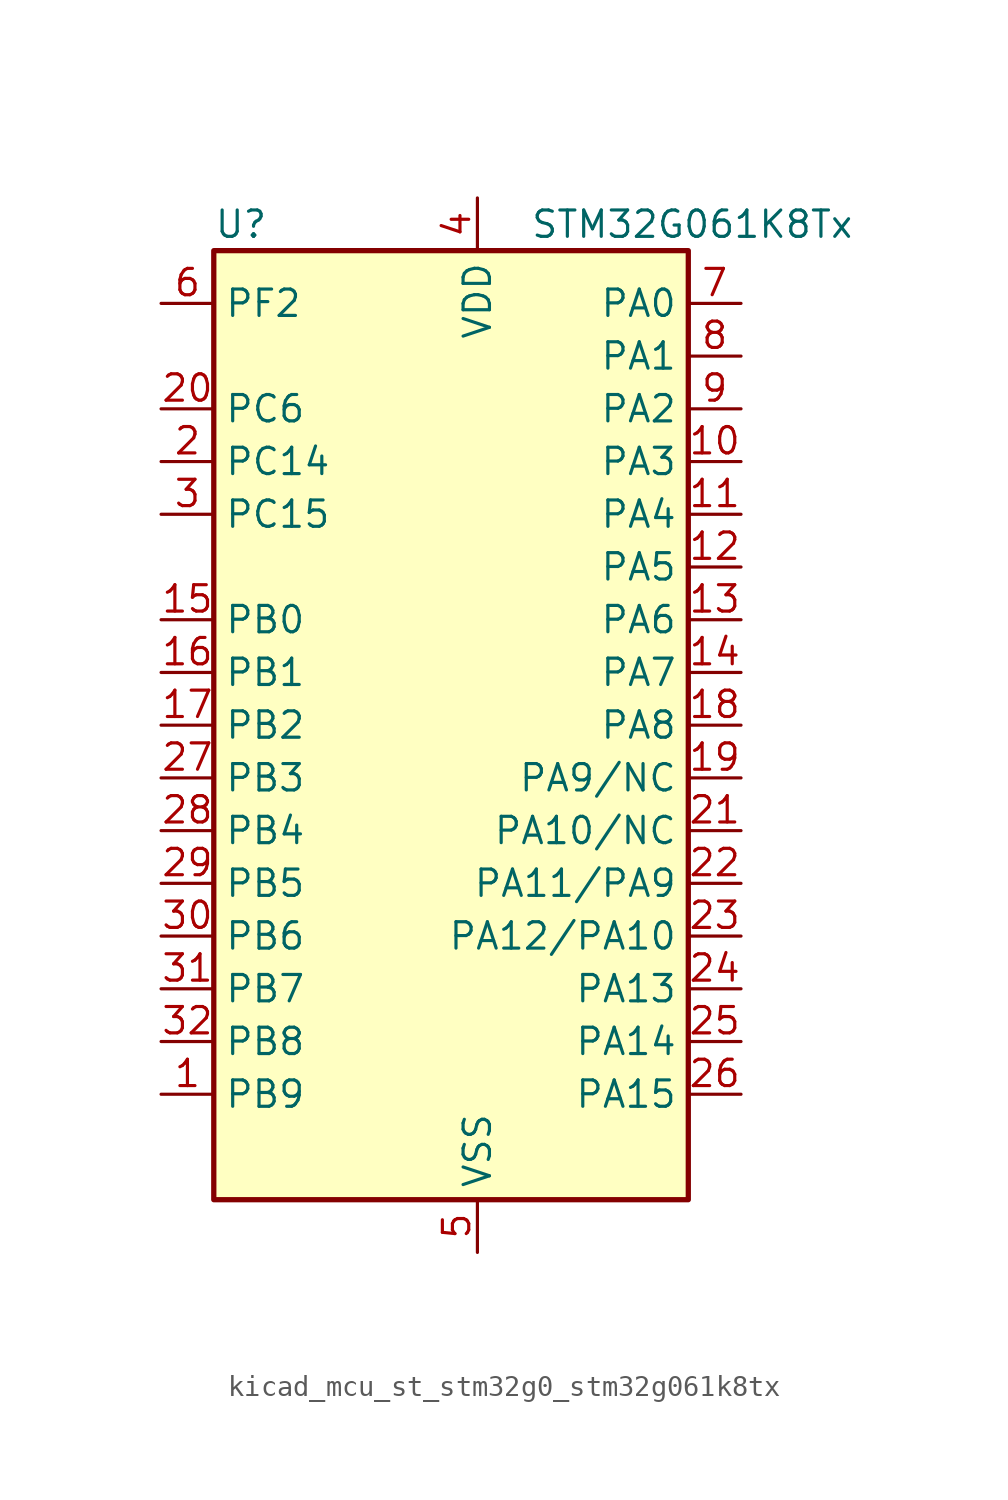
<source format=kicad_sym>
(kicad_symbol_lib
  (version 20220914)
  (generator kicad_symbol_editor)
  (symbol "kicad_mcu_st_stm32g0_stm32g061k8tx"
    (property "Reference" "U"
      (at -10.16 24.13 0)
      (effects (font (size 1.27 1.27)) (justify left)))
    (property "Value" "STM32G061K8Tx"
      (at 5.08 24.13 0)
      (effects (font (size 1.27 1.27)) (justify left)))
    (property "ki_locked" ""
      (at 0 0 0)
      (effects (font (size 1.27 1.27))))
    (symbol "kicad_mcu_st_stm32g0_stm32g061k8tx_0_1"
      (rectangle (start -10.16 -22.86) (end 12.7 22.86) (stroke (width 0.254) (type default)) (fill (type background))))
    (symbol "kicad_mcu_st_stm32g0_stm32g061k8tx_1_1"
      (pin bidirectional line (at -12.7 -17.78 0) (length 2.54) (name "PB9" (effects (font (size 1.27 1.27)))) (number "1" (effects (font (size 1.27 1.27)))) (alternate "DAC1_EXTI9" bidirectional line) (alternate "I2C1_SDA" bidirectional line) (alternate "IR_OUT" bidirectional line) (alternate "SPI2_NSS" bidirectional line) (alternate "TIM17_CH1" bidirectional line))
      (pin bidirectional line (at 15.24 12.7 180) (length 2.54) (name "PA3" (effects (font (size 1.27 1.27)))) (number "10" (effects (font (size 1.27 1.27)))) (alternate "ADC1_IN3" bidirectional line) (alternate "COMP2_INP" bidirectional line) (alternate "LPUART1_RX" bidirectional line) (alternate "SPI2_MISO" bidirectional line) (alternate "TIM15_CH2" bidirectional line) (alternate "TIM2_CH4" bidirectional line) (alternate "USART2_RX" bidirectional line))
      (pin bidirectional line (at 15.24 10.16 180) (length 2.54) (name "PA4" (effects (font (size 1.27 1.27)))) (number "11" (effects (font (size 1.27 1.27)))) (alternate "ADC1_IN4" bidirectional line) (alternate "DAC1_OUT1" bidirectional line) (alternate "I2S1_WS" bidirectional line) (alternate "LPTIM2_OUT" bidirectional line) (alternate "RTC_OUT1" bidirectional line) (alternate "RTC_TAMP_IN1" bidirectional line) (alternate "RTC_TS" bidirectional line) (alternate "SPI1_NSS" bidirectional line) (alternate "SPI2_MOSI" bidirectional line) (alternate "SYS_WKUP2" bidirectional line) (alternate "TIM14_CH1" bidirectional line))
      (pin bidirectional line (at 15.24 7.62 180) (length 2.54) (name "PA5" (effects (font (size 1.27 1.27)))) (number "12" (effects (font (size 1.27 1.27)))) (alternate "ADC1_IN5" bidirectional line) (alternate "DAC1_OUT2" bidirectional line) (alternate "I2S1_CK" bidirectional line) (alternate "LPTIM2_ETR" bidirectional line) (alternate "SPI1_SCK" bidirectional line) (alternate "TIM2_CH1" bidirectional line) (alternate "TIM2_ETR" bidirectional line))
      (pin bidirectional line (at 15.24 5.08 180) (length 2.54) (name "PA6" (effects (font (size 1.27 1.27)))) (number "13" (effects (font (size 1.27 1.27)))) (alternate "ADC1_IN6" bidirectional line) (alternate "COMP1_OUT" bidirectional line) (alternate "I2S1_MCK" bidirectional line) (alternate "LPUART1_CTS" bidirectional line) (alternate "SPI1_MISO" bidirectional line) (alternate "TIM16_CH1" bidirectional line) (alternate "TIM1_BK" bidirectional line) (alternate "TIM3_CH1" bidirectional line))
      (pin bidirectional line (at 15.24 2.54 180) (length 2.54) (name "PA7" (effects (font (size 1.27 1.27)))) (number "14" (effects (font (size 1.27 1.27)))) (alternate "ADC1_IN7" bidirectional line) (alternate "COMP2_OUT" bidirectional line) (alternate "I2S1_SD" bidirectional line) (alternate "SPI1_MOSI" bidirectional line) (alternate "TIM14_CH1" bidirectional line) (alternate "TIM17_CH1" bidirectional line) (alternate "TIM1_CH1N" bidirectional line) (alternate "TIM3_CH2" bidirectional line))
      (pin bidirectional line (at -12.7 5.08 0) (length 2.54) (name "PB0" (effects (font (size 1.27 1.27)))) (number "15" (effects (font (size 1.27 1.27)))) (alternate "ADC1_IN8" bidirectional line) (alternate "COMP1_OUT" bidirectional line) (alternate "I2S1_WS" bidirectional line) (alternate "LPTIM1_OUT" bidirectional line) (alternate "SPI1_NSS" bidirectional line) (alternate "TIM1_CH2N" bidirectional line) (alternate "TIM3_CH3" bidirectional line))
      (pin bidirectional line (at -12.7 2.54 0) (length 2.54) (name "PB1" (effects (font (size 1.27 1.27)))) (number "16" (effects (font (size 1.27 1.27)))) (alternate "ADC1_IN9" bidirectional line) (alternate "COMP1_INM" bidirectional line) (alternate "LPTIM2_IN1" bidirectional line) (alternate "LPUART1_DE" bidirectional line) (alternate "LPUART1_RTS" bidirectional line) (alternate "TIM14_CH1" bidirectional line) (alternate "TIM1_CH3N" bidirectional line) (alternate "TIM3_CH4" bidirectional line))
      (pin bidirectional line (at -12.7 0 0) (length 2.54) (name "PB2" (effects (font (size 1.27 1.27)))) (number "17" (effects (font (size 1.27 1.27)))) (alternate "ADC1_IN10" bidirectional line) (alternate "COMP1_INP" bidirectional line) (alternate "LPTIM1_OUT" bidirectional line) (alternate "SPI2_MISO" bidirectional line))
      (pin bidirectional line (at 15.24 0 180) (length 2.54) (name "PA8" (effects (font (size 1.27 1.27)))) (number "18" (effects (font (size 1.27 1.27)))) (alternate "LPTIM2_OUT" bidirectional line) (alternate "RCC_MCO" bidirectional line) (alternate "SPI2_NSS" bidirectional line) (alternate "TIM1_CH1" bidirectional line))
      (pin bidirectional line (at 15.24 -2.54 180) (length 2.54) (name "PA9/NC" (effects (font (size 1.27 1.27)))) (number "19" (effects (font (size 1.27 1.27)))) (alternate "DAC1_EXTI9" bidirectional line) (alternate "I2C1_SCL" bidirectional line) (alternate "RCC_MCO" bidirectional line) (alternate "SPI2_MISO" bidirectional line) (alternate "TIM15_BK" bidirectional line) (alternate "TIM1_CH2" bidirectional line) (alternate "USART1_TX" bidirectional line))
      (pin bidirectional line (at -12.7 12.7 0) (length 2.54) (name "PC14" (effects (font (size 1.27 1.27)))) (number "2" (effects (font (size 1.27 1.27)))) (alternate "RCC_OSC32_IN" bidirectional line) (alternate "RCC_OSC_IN" bidirectional line) (alternate "TIM1_BK2" bidirectional line))
      (pin bidirectional line (at -12.7 15.24 0) (length 2.54) (name "PC6" (effects (font (size 1.27 1.27)))) (number "20" (effects (font (size 1.27 1.27)))) (alternate "TIM2_CH3" bidirectional line) (alternate "TIM3_CH1" bidirectional line))
      (pin bidirectional line (at 15.24 -5.08 180) (length 2.54) (name "PA10/NC" (effects (font (size 1.27 1.27)))) (number "21" (effects (font (size 1.27 1.27)))) (alternate "I2C1_SDA" bidirectional line) (alternate "SPI2_MOSI" bidirectional line) (alternate "TIM17_BK" bidirectional line) (alternate "TIM1_CH3" bidirectional line) (alternate "USART1_RX" bidirectional line))
      (pin bidirectional line (at 15.24 -7.62 180) (length 2.54) (name "PA11/PA9" (effects (font (size 1.27 1.27)))) (number "22" (effects (font (size 1.27 1.27)))) (alternate "ADC1_EXTI11" bidirectional line) (alternate "ADC1_IN15" bidirectional line) (alternate "COMP1_OUT" bidirectional line) (alternate "I2C2_SCL" bidirectional line) (alternate "I2S1_MCK" bidirectional line) (alternate "SPI1_MISO" bidirectional line) (alternate "TIM1_BK2" bidirectional line) (alternate "TIM1_CH4" bidirectional line) (alternate "USART1_CTS" bidirectional line) (alternate "USART1_NSS" bidirectional line))
      (pin bidirectional line (at 15.24 -10.16 180) (length 2.54) (name "PA12/PA10" (effects (font (size 1.27 1.27)))) (number "23" (effects (font (size 1.27 1.27)))) (alternate "ADC1_IN16" bidirectional line) (alternate "COMP2_OUT" bidirectional line) (alternate "I2C2_SDA" bidirectional line) (alternate "I2S1_SD" bidirectional line) (alternate "I2S_CKIN" bidirectional line) (alternate "SPI1_MOSI" bidirectional line) (alternate "TIM1_ETR" bidirectional line) (alternate "USART1_CK" bidirectional line) (alternate "USART1_DE" bidirectional line) (alternate "USART1_RTS" bidirectional line))
      (pin bidirectional line (at 15.24 -12.7 180) (length 2.54) (name "PA13" (effects (font (size 1.27 1.27)))) (number "24" (effects (font (size 1.27 1.27)))) (alternate "ADC1_IN17" bidirectional line) (alternate "IR_OUT" bidirectional line) (alternate "SYS_SWDIO" bidirectional line))
      (pin bidirectional line (at 15.24 -15.24 180) (length 2.54) (name "PA14" (effects (font (size 1.27 1.27)))) (number "25" (effects (font (size 1.27 1.27)))) (alternate "ADC1_IN18" bidirectional line) (alternate "SYS_SWCLK" bidirectional line) (alternate "USART2_TX" bidirectional line))
      (pin bidirectional line (at 15.24 -17.78 180) (length 2.54) (name "PA15" (effects (font (size 1.27 1.27)))) (number "26" (effects (font (size 1.27 1.27)))) (alternate "I2S1_WS" bidirectional line) (alternate "SPI1_NSS" bidirectional line) (alternate "TIM2_CH1" bidirectional line) (alternate "TIM2_ETR" bidirectional line) (alternate "USART2_RX" bidirectional line))
      (pin bidirectional line (at -12.7 -2.54 0) (length 2.54) (name "PB3" (effects (font (size 1.27 1.27)))) (number "27" (effects (font (size 1.27 1.27)))) (alternate "COMP2_INM" bidirectional line) (alternate "I2S1_CK" bidirectional line) (alternate "SPI1_SCK" bidirectional line) (alternate "TIM1_CH2" bidirectional line) (alternate "TIM2_CH2" bidirectional line) (alternate "USART1_CK" bidirectional line) (alternate "USART1_DE" bidirectional line) (alternate "USART1_RTS" bidirectional line))
      (pin bidirectional line (at -12.7 -5.08 0) (length 2.54) (name "PB4" (effects (font (size 1.27 1.27)))) (number "28" (effects (font (size 1.27 1.27)))) (alternate "COMP2_INP" bidirectional line) (alternate "I2S1_MCK" bidirectional line) (alternate "SPI1_MISO" bidirectional line) (alternate "TIM17_BK" bidirectional line) (alternate "TIM3_CH1" bidirectional line) (alternate "USART1_CTS" bidirectional line) (alternate "USART1_NSS" bidirectional line))
      (pin bidirectional line (at -12.7 -7.62 0) (length 2.54) (name "PB5" (effects (font (size 1.27 1.27)))) (number "29" (effects (font (size 1.27 1.27)))) (alternate "COMP2_OUT" bidirectional line) (alternate "I2C1_SMBA" bidirectional line) (alternate "I2S1_SD" bidirectional line) (alternate "LPTIM1_IN1" bidirectional line) (alternate "SPI1_MOSI" bidirectional line) (alternate "SYS_WKUP6" bidirectional line) (alternate "TIM16_BK" bidirectional line) (alternate "TIM3_CH2" bidirectional line))
      (pin bidirectional line (at -12.7 10.16 0) (length 2.54) (name "PC15" (effects (font (size 1.27 1.27)))) (number "3" (effects (font (size 1.27 1.27)))) (alternate "RCC_OSC32_EN" bidirectional line) (alternate "RCC_OSC32_OUT" bidirectional line) (alternate "RCC_OSC_EN" bidirectional line) (alternate "TIM15_BK" bidirectional line))
      (pin bidirectional line (at -12.7 -10.16 0) (length 2.54) (name "PB6" (effects (font (size 1.27 1.27)))) (number "30" (effects (font (size 1.27 1.27)))) (alternate "COMP2_INP" bidirectional line) (alternate "I2C1_SCL" bidirectional line) (alternate "LPTIM1_ETR" bidirectional line) (alternate "SPI2_MISO" bidirectional line) (alternate "TIM16_CH1N" bidirectional line) (alternate "TIM1_CH3" bidirectional line) (alternate "USART1_TX" bidirectional line))
      (pin bidirectional line (at -12.7 -12.7 0) (length 2.54) (name "PB7" (effects (font (size 1.27 1.27)))) (number "31" (effects (font (size 1.27 1.27)))) (alternate "ADC1_IN11" bidirectional line) (alternate "COMP2_INM" bidirectional line) (alternate "I2C1_SDA" bidirectional line) (alternate "LPTIM1_IN2" bidirectional line) (alternate "SPI2_MOSI" bidirectional line) (alternate "SYS_PVD_IN" bidirectional line) (alternate "TIM17_CH1N" bidirectional line) (alternate "USART1_RX" bidirectional line))
      (pin bidirectional line (at -12.7 -15.24 0) (length 2.54) (name "PB8" (effects (font (size 1.27 1.27)))) (number "32" (effects (font (size 1.27 1.27)))) (alternate "I2C1_SCL" bidirectional line) (alternate "SPI2_SCK" bidirectional line) (alternate "TIM15_BK" bidirectional line) (alternate "TIM16_CH1" bidirectional line))
      (pin power_in line (at 2.54 25.4 270) (length 2.54) (name "VDD" (effects (font (size 1.27 1.27)))) (number "4" (effects (font (size 1.27 1.27)))))
      (pin power_in line (at 2.54 -25.4 90) (length 2.54) (name "VSS" (effects (font (size 1.27 1.27)))) (number "5" (effects (font (size 1.27 1.27)))))
      (pin bidirectional line (at -12.7 20.32 0) (length 2.54) (name "PF2" (effects (font (size 1.27 1.27)))) (number "6" (effects (font (size 1.27 1.27)))) (alternate "RCC_MCO" bidirectional line))
      (pin bidirectional line (at 15.24 20.32 180) (length 2.54) (name "PA0" (effects (font (size 1.27 1.27)))) (number "7" (effects (font (size 1.27 1.27)))) (alternate "ADC1_IN0" bidirectional line) (alternate "COMP1_INM" bidirectional line) (alternate "COMP1_OUT" bidirectional line) (alternate "LPTIM1_OUT" bidirectional line) (alternate "RTC_TAMP_IN2" bidirectional line) (alternate "SPI2_SCK" bidirectional line) (alternate "SYS_WKUP1" bidirectional line) (alternate "TIM2_CH1" bidirectional line) (alternate "TIM2_ETR" bidirectional line) (alternate "USART2_CTS" bidirectional line) (alternate "USART2_NSS" bidirectional line))
      (pin bidirectional line (at 15.24 17.78 180) (length 2.54) (name "PA1" (effects (font (size 1.27 1.27)))) (number "8" (effects (font (size 1.27 1.27)))) (alternate "ADC1_IN1" bidirectional line) (alternate "COMP1_INP" bidirectional line) (alternate "I2C1_SMBA" bidirectional line) (alternate "I2S1_CK" bidirectional line) (alternate "SPI1_SCK" bidirectional line) (alternate "TIM15_CH1N" bidirectional line) (alternate "TIM2_CH2" bidirectional line) (alternate "USART2_CK" bidirectional line) (alternate "USART2_DE" bidirectional line) (alternate "USART2_RTS" bidirectional line))
      (pin bidirectional line (at 15.24 15.24 180) (length 2.54) (name "PA2" (effects (font (size 1.27 1.27)))) (number "9" (effects (font (size 1.27 1.27)))) (alternate "ADC1_IN2" bidirectional line) (alternate "COMP2_INM" bidirectional line) (alternate "COMP2_OUT" bidirectional line) (alternate "I2S1_SD" bidirectional line) (alternate "LPUART1_TX" bidirectional line) (alternate "RCC_LSCO" bidirectional line) (alternate "SPI1_MOSI" bidirectional line) (alternate "SYS_WKUP4" bidirectional line) (alternate "TIM15_CH1" bidirectional line) (alternate "TIM2_CH3" bidirectional line) (alternate "USART2_TX" bidirectional line)))))
</source>
